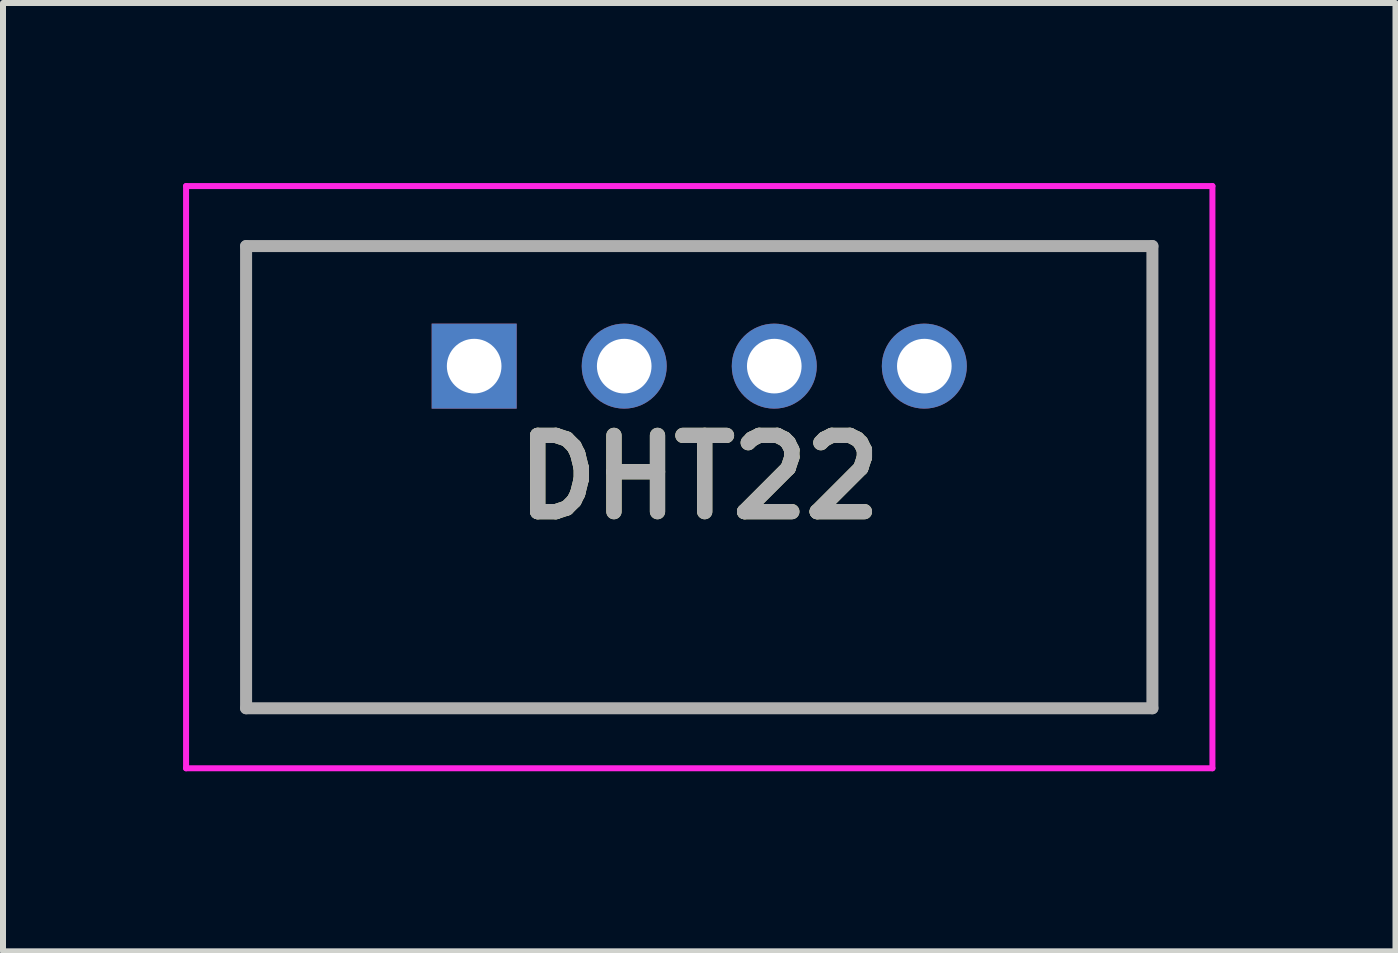
<source format=kicad_pcb>
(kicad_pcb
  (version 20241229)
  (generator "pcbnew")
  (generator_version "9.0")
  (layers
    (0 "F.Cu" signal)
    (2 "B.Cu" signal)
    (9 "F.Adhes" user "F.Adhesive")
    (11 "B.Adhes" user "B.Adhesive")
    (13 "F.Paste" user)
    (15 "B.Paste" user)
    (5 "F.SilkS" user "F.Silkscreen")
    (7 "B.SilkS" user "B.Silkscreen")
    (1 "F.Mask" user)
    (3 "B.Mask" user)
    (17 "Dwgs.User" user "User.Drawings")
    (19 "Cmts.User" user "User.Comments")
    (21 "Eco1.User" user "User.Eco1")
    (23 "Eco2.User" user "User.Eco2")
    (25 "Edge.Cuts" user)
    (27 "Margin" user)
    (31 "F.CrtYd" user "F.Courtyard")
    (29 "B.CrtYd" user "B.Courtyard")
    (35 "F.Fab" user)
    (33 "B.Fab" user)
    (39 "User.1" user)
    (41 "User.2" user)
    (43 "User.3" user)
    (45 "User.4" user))
  (footprint "DHT22"
    (layer "F.Cu")
    (at 4.85 3.05)
    (property "Reference" "DHT22" (at 3.75 1.85 0) (layer "F.SilkS") (effects (font (size 1.27 1.27) (thickness 0.254))))
    (attr through_hole)
    (fp_line (start -3.8 -2) (end -3.8 -2) (stroke (width 0.1) (type solid)) (layer "F.SilkS"))
    (fp_line (start -3.8 -2) (end -3.8 -2) (stroke (width 0.1) (type solid)) (layer "F.SilkS"))
    (fp_line (start -3.8 -2) (end -3.8 5.7) (stroke (width 0.1) (type solid)) (layer "F.SilkS"))
    (fp_line (start -3.8 -2) (end -1.25 -2) (stroke (width 0.1) (type solid)) (layer "F.SilkS"))
    (fp_line (start -3.8 5.7) (end -3.8 -2) (stroke (width 0.1) (type solid)) (layer "F.SilkS"))
    (fp_line (start -3.8 5.7) (end -3.8 5.7) (stroke (width 0.1) (type solid)) (layer "F.SilkS"))
    (fp_line (start -3.8 5.7) (end -3.8 5.7) (stroke (width 0.1) (type solid)) (layer "F.SilkS"))
    (fp_line (start -3.8 5.7) (end 11.3 5.7) (stroke (width 0.1) (type solid)) (layer "F.SilkS"))
    (fp_line (start -1.25 -2) (end -3.8 -2) (stroke (width 0.1) (type solid)) (layer "F.SilkS"))
    (fp_line (start -1.25 -2) (end -1.25 -2) (stroke (width 0.1) (type solid)) (layer "F.SilkS"))
    (fp_line (start 8.75 -2) (end 8.75 -2) (stroke (width 0.1) (type solid)) (layer "F.SilkS"))
    (fp_line (start 8.75 -2) (end 11.3 -2) (stroke (width 0.1) (type solid)) (layer "F.SilkS"))
    (fp_line (start 11.3 -2) (end 8.75 -2) (stroke (width 0.1) (type solid)) (layer "F.SilkS"))
    (fp_line (start 11.3 -2) (end 11.3 -2) (stroke (width 0.1) (type solid)) (layer "F.SilkS"))
    (fp_line (start 11.3 -2) (end 11.3 -2) (stroke (width 0.1) (type solid)) (layer "F.SilkS"))
    (fp_line (start 11.3 -2) (end 11.3 5.7) (stroke (width 0.1) (type solid)) (layer "F.SilkS"))
    (fp_line (start 11.3 5.7) (end -3.8 5.7) (stroke (width 0.1) (type solid)) (layer "F.SilkS"))
    (fp_line (start 11.3 5.7) (end 11.3 -2) (stroke (width 0.1) (type solid)) (layer "F.SilkS"))
    (fp_line (start 11.3 5.7) (end 11.3 5.7) (stroke (width 0.1) (type solid)) (layer "F.SilkS"))
    (fp_line (start 11.3 5.7) (end 11.3 5.7) (stroke (width 0.1) (type solid)) (layer "F.SilkS"))
    (fp_line (start -4.8 -3) (end 12.3 -3) (stroke (width 0.1) (type solid)) (layer "F.CrtYd"))
    (fp_line (start -4.8 6.7) (end -4.8 -3) (stroke (width 0.1) (type solid)) (layer "F.CrtYd"))
    (fp_line (start 12.3 -3) (end 12.3 6.7) (stroke (width 0.1) (type solid)) (layer "F.CrtYd"))
    (fp_line (start 12.3 6.7) (end -4.8 6.7) (stroke (width 0.1) (type solid)) (layer "F.CrtYd"))
    (fp_line (start -3.8 -2) (end -3.8 5.7) (stroke (width 0.2) (type solid)) (layer "F.Fab"))
    (fp_line (start -3.8 5.7) (end 11.3 5.7) (stroke (width 0.2) (type solid)) (layer "F.Fab"))
    (fp_line (start 11.3 -2) (end -3.8 -2) (stroke (width 0.2) (type solid)) (layer "F.Fab"))
    (fp_line (start 11.3 5.7) (end 11.3 -2) (stroke (width 0.2) (type solid)) (layer "F.Fab"))
    (fp_text user "${REFERENCE}" (at 3.75 1.85 0) (layer "F.Fab") (effects (font (size 1.27 1.27) (thickness 0.254))))
    (pad "1" thru_hole rect (at 0 0) (size 1.416 1.416) (drill 0.91) (layers "*.Cu" "*.Mask"))
    (pad "2" thru_hole circle (at 2.5 0) (size 1.416 1.416) (drill 0.91) (layers "*.Cu" "*.Mask"))
    (pad "3" thru_hole circle (at 5 0) (size 1.416 1.416) (drill 0.91) (layers "*.Cu" "*.Mask"))
    (pad "4" thru_hole circle (at 7.5 0) (size 1.416 1.416) (drill 0.91) (layers "*.Cu" "*.Mask")))
  (gr_rect
    (start -3 -3)
    (end 20.2 12.8)
    (stroke (width 0.1) (type default))
    (fill no)
    (layer "Edge.Cuts")))
</source>
